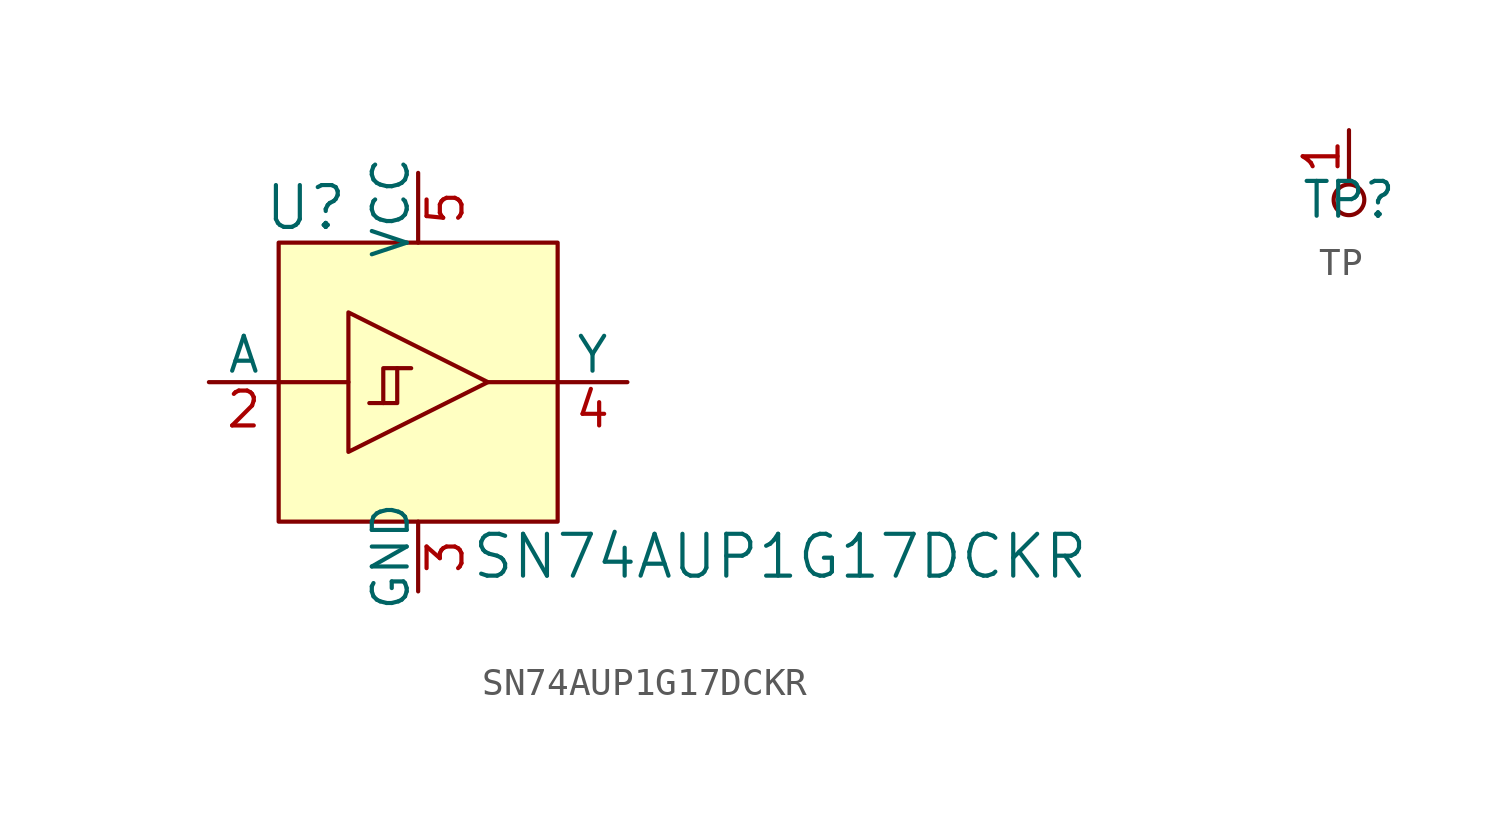
<source format=kicad_sym>
(kicad_symbol_lib
  (version 20211014)
  (generator kicad_symbol_editor)
  (symbol "SN74AUP1G17DCKR"
    (pin_names
      (offset 0))
    (property "Reference" "U"
      (at -2.54 6.35 0)
      (effects (font (size 1.524 1.524)) (justify right)))
    (property "Value" "SN74AUP1G17DCKR"
      (at 1.905 -6.35 0)
      (effects (font (size 1.524 1.524)) (justify left)))
    (symbol "SN74AUP1G17DCKR_0_1"
      (rectangle (start -5.08 5.08) (end 5.08 -5.08) (stroke (width 0) (type default) (color 0 0 0 0)) (fill (type background)))
      (polyline (pts (xy -2.54 0) (xy -5.08 0)) (stroke (width 0) (type default) (color 0 0 0 0)) (fill (type none)))
      (polyline (pts (xy 2.54 0) (xy 5.08 0)) (stroke (width 0) (type default) (color 0 0 0 0)) (fill (type background)))
      (polyline (pts (xy -2.54 2.54) (xy -2.54 -2.54) (xy 2.54 0) (xy -2.54 2.54)) (stroke (width 0) (type default) (color 0 0 0 0)) (fill (type background)))
      (polyline (pts (xy -1.778 -0.762) (xy -1.27 -0.762) (xy -1.27 0.508) (xy -0.762 0.508)) (stroke (width 0) (type default) (color 0 0 0 0)) (fill (type none)))
      (polyline (pts (xy -0.254 0.508) (xy -0.762 0.508) (xy -0.762 -0.762) (xy -1.27 -0.762)) (stroke (width 0) (type default) (color 0 0 0 0)) (fill (type none))))
    (symbol "SN74AUP1G17DCKR_1_1"
      (pin no_connect line (at -7.62 -5.08 0) (length 2.54) hide (name "NC" (effects (font (size 1.27 1.27)))) (number "1" (effects (font (size 1.27 1.27)))))
      (pin input line (at -7.62 0 0) (length 2.54) (name "A" (effects (font (size 1.27 1.27)))) (number "2" (effects (font (size 1.27 1.27)))))
      (pin power_in line (at 0 -7.62 90) (length 2.54) (name "GND" (effects (font (size 1.27 1.27)))) (number "3" (effects (font (size 1.27 1.27)))))
      (pin output line (at 7.62 0 180) (length 2.54) (name "Y" (effects (font (size 1.27 1.27)))) (number "4" (effects (font (size 1.27 1.27)))))
      (pin power_in line (at 0 7.62 270) (length 2.54) (name "VCC" (effects (font (size 1.27 1.27)))) (number "5" (effects (font (size 1.27 1.27)))))))
  (symbol "TP"
    (pin_names
      (offset 1.016))
    (property "Reference" "TP"
      (at 0 0 0)
      (effects (font (size 1.27 1.27))))
    (symbol "TP_1_1"
      (circle (center 0 0) (radius 0.559) (stroke (width 0) (type default) (color 0 0 0 0)) (fill (type none)))
      (pin passive line (at 0 2.54 270) (length 1.905) (name "~" (effects (font (size 1.27 1.27)))) (number "1" (effects (font (size 1.27 1.27))))))))
</source>
